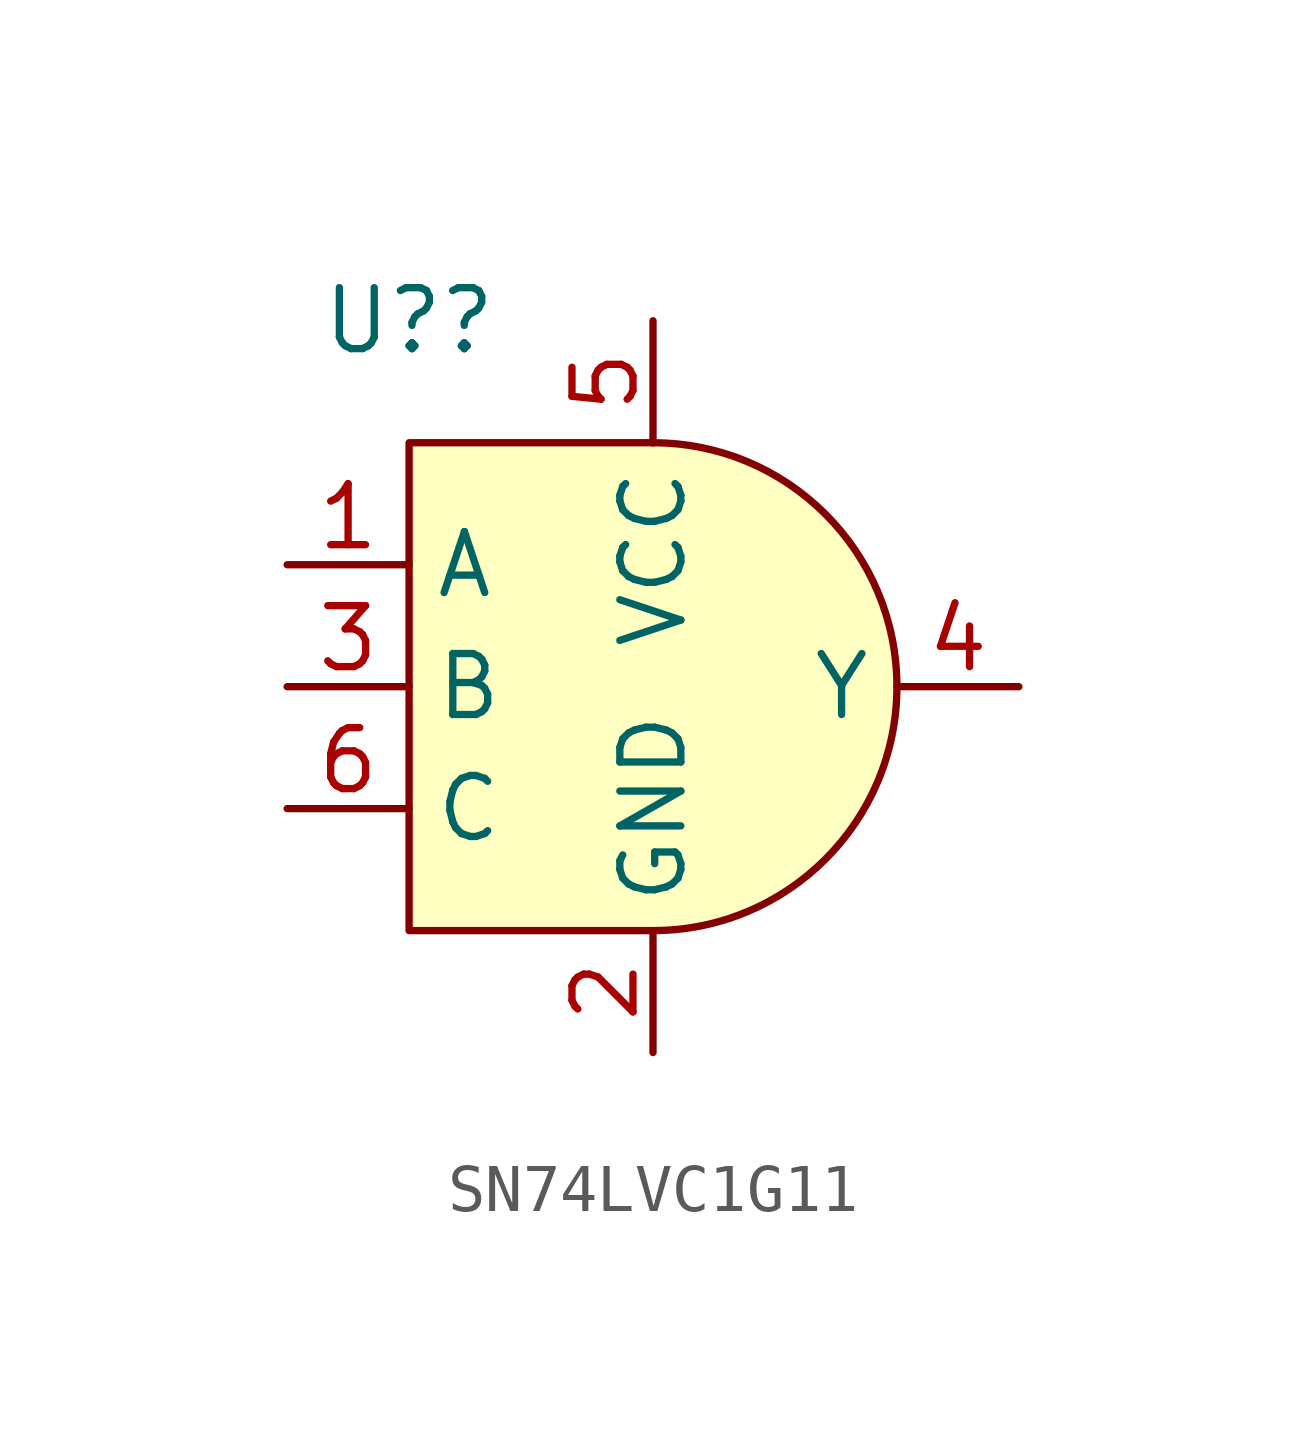
<source format=kicad_sym>
(kicad_symbol_lib
  (version 20241209)
  (generator "kicad_symbol_editor")
  (generator_version "9.0")
  (symbol "SN74LVC1G11"
    (property "Reference" "U?"
      (at -5.08 2.54 0)
      (effects (font (size 1.27 1.27))))
    (property "Value" ""
      (at 0 0 0)
      (effects (font (size 1.27 1.27))))
    (symbol "SN74LVC1G11_1_1"
      (polyline (pts (xy 0 0) (xy -5.08 0) (xy -5.08 -10.16) (xy 0 -10.16)) (stroke (width 0) (type solid)) (fill (type background)))
      (arc (start 0 0) (mid 5.08 -5.08) (end 0 -10.16) (stroke (width 0) (type solid)) (fill (type background)))
      (pin input line (at -7.62 -2.54 0) (length 2.54) (name "A" (effects (font (size 1.27 1.27)))) (number "1" (effects (font (size 1.27 1.27)))))
      (pin input line (at -7.62 -5.08 0) (length 2.54) (name "B" (effects (font (size 1.27 1.27)))) (number "3" (effects (font (size 1.27 1.27)))))
      (pin input line (at -7.62 -7.62 0) (length 2.54) (name "C" (effects (font (size 1.27 1.27)))) (number "6" (effects (font (size 1.27 1.27)))))
      (pin power_in line (at 0 2.54 270) (length 2.54) (name "VCC" (effects (font (size 1.27 1.27)))) (number "5" (effects (font (size 1.27 1.27)))))
      (pin power_out line (at 0 -12.7 90) (length 2.54) (name "GND" (effects (font (size 1.27 1.27)))) (number "2" (effects (font (size 1.27 1.27)))))
      (pin output line (at 7.62 -5.08 180) (length 2.54) (name "Y" (effects (font (size 1.27 1.27)))) (number "4" (effects (font (size 1.27 1.27))))))))
</source>
